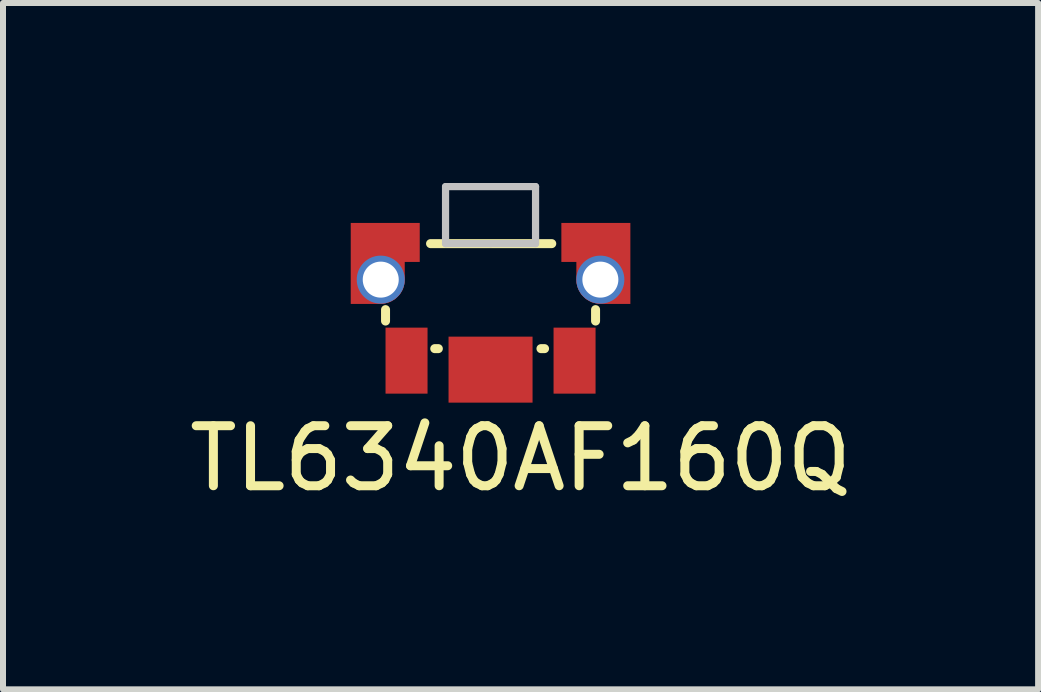
<source format=kicad_pcb>
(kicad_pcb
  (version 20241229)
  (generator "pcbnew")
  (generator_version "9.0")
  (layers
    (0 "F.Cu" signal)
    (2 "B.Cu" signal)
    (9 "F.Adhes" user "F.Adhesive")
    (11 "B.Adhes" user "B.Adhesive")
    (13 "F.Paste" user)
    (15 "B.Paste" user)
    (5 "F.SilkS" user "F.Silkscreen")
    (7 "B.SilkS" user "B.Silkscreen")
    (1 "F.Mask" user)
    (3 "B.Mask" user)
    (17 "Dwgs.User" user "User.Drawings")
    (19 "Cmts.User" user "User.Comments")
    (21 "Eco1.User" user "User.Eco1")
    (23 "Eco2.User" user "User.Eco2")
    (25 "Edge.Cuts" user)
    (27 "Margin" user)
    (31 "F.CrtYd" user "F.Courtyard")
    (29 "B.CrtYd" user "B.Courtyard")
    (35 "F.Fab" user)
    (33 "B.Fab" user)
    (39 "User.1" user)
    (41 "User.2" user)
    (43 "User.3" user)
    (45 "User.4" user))
  (footprint "TL6340AF160Q"
    (layer "F.Cu")
    (at 3.725 2.96)
    (property "Reference" "TL6340AF160Q" (at 1.9 1.63 0) (layer "F.SilkS") (effects (font (size 1 1) (thickness 0.15))))
    (attr through_hole)
    (fp_line (start -0.35 -0.85) (end -0.35 -0.66) (stroke (width 0.15) (type solid)) (layer "F.SilkS"))
    (fp_line (start 0.4 -1.95) (end 2.42 -1.95) (stroke (width 0.15) (type solid)) (layer "F.SilkS"))
    (fp_line (start 0.47 -0.2) (end 0.53 -0.2) (stroke (width 0.15) (type solid)) (layer "F.SilkS"))
    (fp_line (start 2.24 -0.2) (end 2.3 -0.2) (stroke (width 0.15) (type solid)) (layer "F.SilkS"))
    (fp_line (start 3.15 -0.85) (end 3.15 -0.66) (stroke (width 0.15) (type solid)) (layer "F.SilkS"))
    (fp_line (start 0.65 -2.9) (end 2.15 -2.9) (stroke (width 0.12) (type solid)) (layer "Dwgs.User"))
    (fp_line (start 0.65 -1.95) (end 0.65 -2.9) (stroke (width 0.12) (type solid)) (layer "Dwgs.User"))
    (fp_line (start 1.4 -1.95) (end 0.65 -1.95) (stroke (width 0.12) (type solid)) (layer "Dwgs.User"))
    (fp_line (start 2.15 -2.9) (end 2.15 -1.95) (stroke (width 0.12) (type solid)) (layer "Dwgs.User"))
    (fp_line (start 2.15 -1.95) (end 1.4 -1.95) (stroke (width 0.12) (type solid)) (layer "Dwgs.User"))
    (pad "1" smd rect (at 0 0) (size 0.7 1.1) (layers "F.Cu" "F.Mask" "F.Paste"))
    (pad "2" smd rect (at 2.8 0) (size 0.7 1.1) (layers "F.Cu" "F.Mask" "F.Paste"))
    (pad "~" smd custom (at -0.68 -1.62) (size 0.5 1.35) (layers "F.Cu" "F.Mask" "F.Paste") (options (anchor rect)) (primitives (gr_poly (pts (xy 0 -0.675) (xy 0.9 -0.675) (xy 0.9 -0.025) (xy 0.65 -0.025) (xy 0.65 0.275) (xy 0.285 0.275) (xy 0.285 0.675) (xy 0 0.675)) (width 0) (fill yes)) (gr_circle (center 0.25 0.275) (end 0.65 0.275) (width 0) (fill yes))))
    (pad "~" thru_hole circle (at -0.43 -1.35) (size 0.8 0.8) (drill 0.6) (layers "*.Cu" "*.Mask"))
    (pad "~" smd rect (at 1.4 0.15) (size 1.4 1.1) (layers "F.Cu" "F.Mask" "F.Paste"))
    (pad "~" thru_hole circle (at 3.23 -1.35) (size 0.8 0.8) (drill 0.6) (layers "*.Cu" "*.Mask"))
    (pad "~" smd custom (at 3.48 -1.62) (size 0.5 1.35) (layers "F.Cu" "F.Mask" "F.Paste") (options (anchor rect)) (primitives (gr_poly (pts (xy 0 -0.675) (xy -0.9 -0.675) (xy -0.9 -0.025) (xy -0.65 -0.025) (xy -0.65 0.275) (xy -0.285 0.275) (xy -0.285 0.675) (xy 0 0.675)) (width 0) (fill yes)) (gr_circle (center -0.25 0.275) (end 0.15 0.275) (width 0) (fill yes)))))
  (gr_rect
    (start -3 -3)
    (end 14.25 8.438)
    (stroke (width 0.1) (type default))
    (fill no)
    (layer "Edge.Cuts")))
</source>
